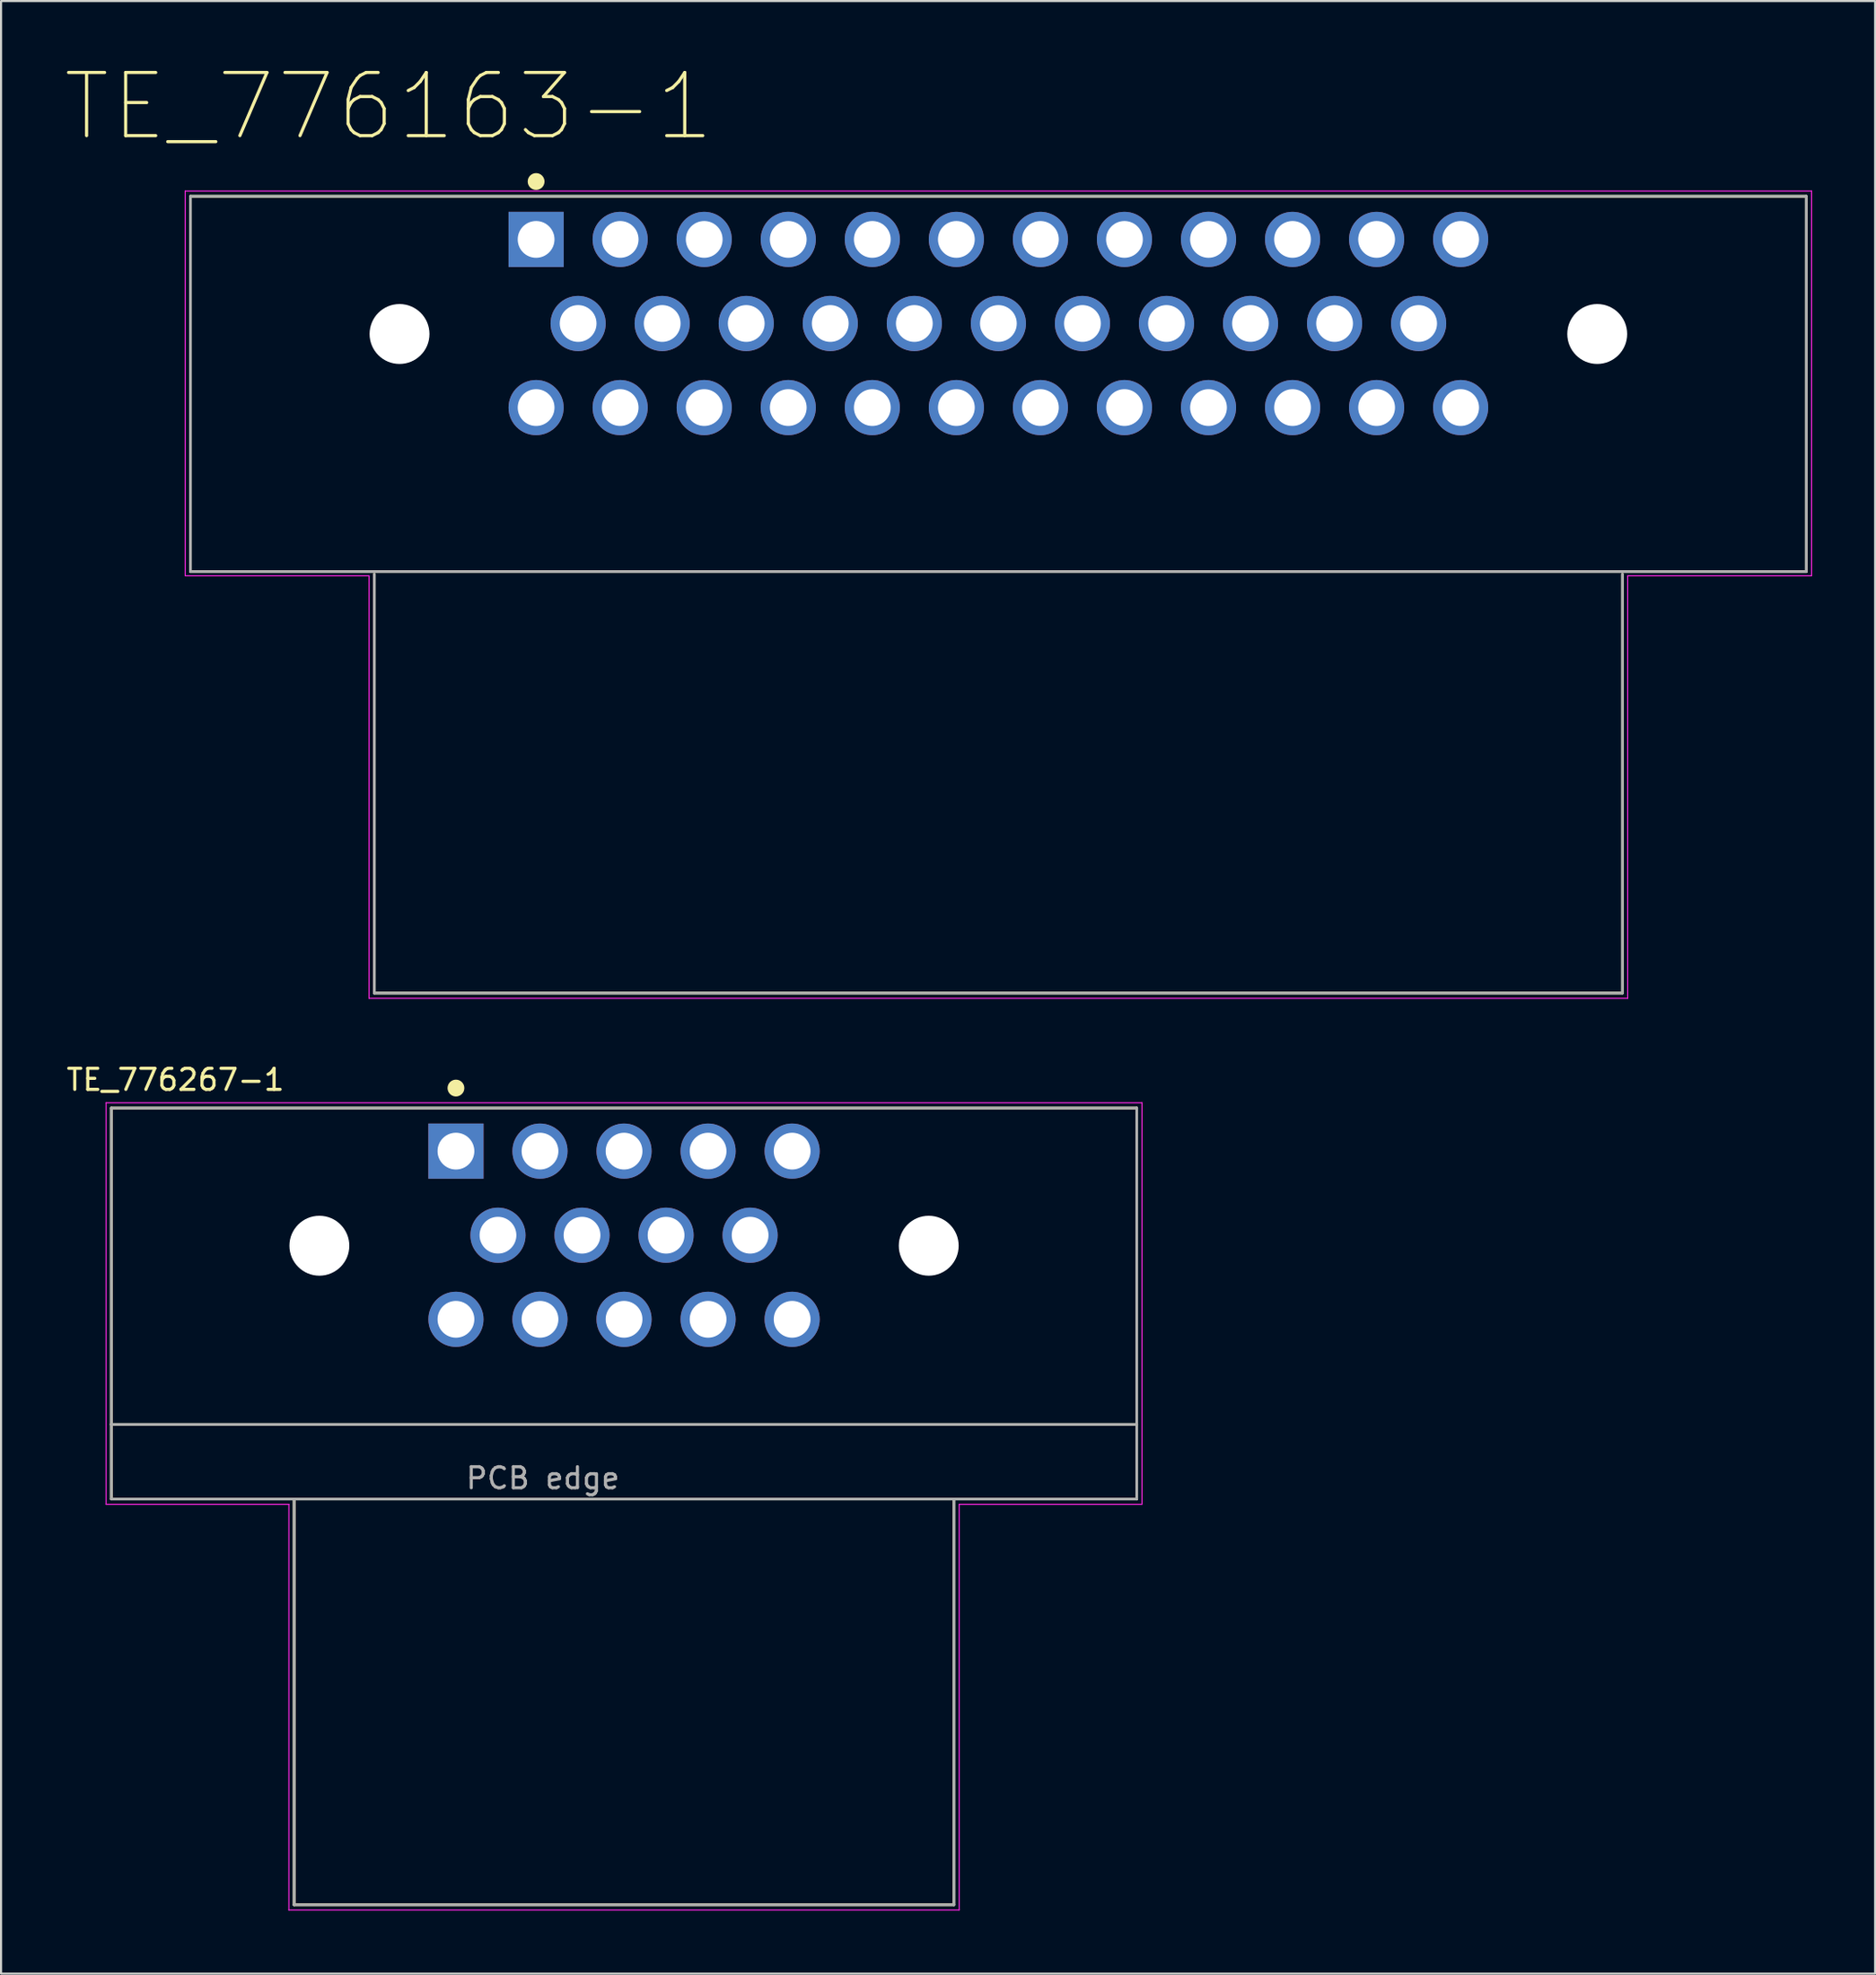
<source format=kicad_pcb>
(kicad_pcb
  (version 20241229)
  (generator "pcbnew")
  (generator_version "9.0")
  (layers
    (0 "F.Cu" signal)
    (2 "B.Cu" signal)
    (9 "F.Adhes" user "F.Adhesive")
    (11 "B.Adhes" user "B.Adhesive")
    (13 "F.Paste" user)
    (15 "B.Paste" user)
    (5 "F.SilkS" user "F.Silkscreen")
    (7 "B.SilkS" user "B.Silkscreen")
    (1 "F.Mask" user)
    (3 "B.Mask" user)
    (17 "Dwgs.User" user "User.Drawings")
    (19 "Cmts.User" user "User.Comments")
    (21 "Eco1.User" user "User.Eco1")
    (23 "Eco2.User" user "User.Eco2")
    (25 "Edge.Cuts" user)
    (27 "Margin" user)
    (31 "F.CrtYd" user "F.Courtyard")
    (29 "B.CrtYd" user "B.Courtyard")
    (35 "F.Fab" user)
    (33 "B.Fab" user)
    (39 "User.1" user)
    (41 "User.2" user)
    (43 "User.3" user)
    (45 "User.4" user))
  (footprint "TE_776163-1"
    (layer "F.Cu")
    (at 44.464 12.838)
    (property "Reference" "TE_776163-1" (at -29.017 -10.818 0) (layer "F.SilkS") (effects (font (size 3.004 3.004) (thickness 0.15))))
    (attr through_hole)
    (fp_line (start -38.45 -6.55) (end 38.45 -6.55) (stroke (width 0.127) (type solid)) (layer "F.SilkS"))
    (fp_line (start -38.45 11.3) (end -38.45 -6.55) (stroke (width 0.127) (type solid)) (layer "F.SilkS"))
    (fp_line (start -29.7 11.43) (end -29.7 31.35) (stroke (width 0.127) (type solid)) (layer "F.SilkS"))
    (fp_line (start -29.7 31.35) (end 29.7 31.35) (stroke (width 0.127) (type solid)) (layer "F.SilkS"))
    (fp_line (start 29.7 31.35) (end 29.7 11.43) (stroke (width 0.127) (type solid)) (layer "F.SilkS"))
    (fp_line (start 38.45 -6.55) (end 38.45 11.3) (stroke (width 0.127) (type solid)) (layer "F.SilkS"))
    (fp_line (start 38.45 11.3) (end -38.45 11.3) (stroke (width 0.127) (type solid)) (layer "F.SilkS"))
    (fp_circle (center -22 -7.254) (end -21.8 -7.254) (stroke (width 0.4) (type solid)) (fill no) (layer "F.SilkS"))
    (fp_line (start -38.7 -6.8) (end -38.7 11.5) (stroke (width 0.05) (type solid)) (layer "F.CrtYd"))
    (fp_line (start -38.7 11.5) (end -29.95 11.5) (stroke (width 0.05) (type solid)) (layer "F.CrtYd"))
    (fp_line (start -29.95 11.5) (end -29.95 31.6) (stroke (width 0.05) (type solid)) (layer "F.CrtYd"))
    (fp_line (start -29.95 31.6) (end 29.95 31.6) (stroke (width 0.05) (type solid)) (layer "F.CrtYd"))
    (fp_line (start 29.95 11.5) (end 38.7 11.5) (stroke (width 0.05) (type solid)) (layer "F.CrtYd"))
    (fp_line (start 29.95 31.6) (end 29.95 11.5) (stroke (width 0.05) (type solid)) (layer "F.CrtYd"))
    (fp_line (start 38.7 -6.8) (end -38.7 -6.8) (stroke (width 0.05) (type solid)) (layer "F.CrtYd"))
    (fp_line (start 38.7 11.5) (end 38.7 -6.8) (stroke (width 0.05) (type solid)) (layer "F.CrtYd"))
    (fp_line (start -38.45 -6.55) (end -38.45 11.3) (stroke (width 0.127) (type solid)) (layer "F.Fab"))
    (fp_line (start -38.45 11.3) (end 38.45 11.3) (stroke (width 0.127) (type solid)) (layer "F.Fab"))
    (fp_line (start -29.7 11.43) (end -29.7 31.35) (stroke (width 0.127) (type solid)) (layer "F.Fab"))
    (fp_line (start -29.7 31.35) (end 29.7 31.35) (stroke (width 0.127) (type solid)) (layer "F.Fab"))
    (fp_line (start 29.7 31.35) (end 29.7 11.43) (stroke (width 0.127) (type solid)) (layer "F.Fab"))
    (fp_line (start 38.45 -6.55) (end -38.45 -6.55) (stroke (width 0.127) (type solid)) (layer "F.Fab"))
    (fp_line (start 38.45 11.3) (end 38.45 -6.55) (stroke (width 0.127) (type solid)) (layer "F.Fab"))
    (pad "" np_thru_hole circle (at -28.5 0) (size 2.85 2.85) (drill 2.85) (layers "*.Cu" "*.Mask"))
    (pad "" np_thru_hole circle (at 28.5 0) (size 2.85 2.85) (drill 2.85) (layers "*.Cu" "*.Mask"))
    (pad "1" thru_hole rect (at -22 -4.5) (size 2.625 2.625) (drill 1.75) (layers "*.Cu" "*.Mask"))
    (pad "2" thru_hole circle (at -18 -4.5) (size 2.625 2.625) (drill 1.75) (layers "*.Cu" "*.Mask"))
    (pad "3" thru_hole circle (at -14 -4.5) (size 2.625 2.625) (drill 1.75) (layers "*.Cu" "*.Mask"))
    (pad "4" thru_hole circle (at -10 -4.5) (size 2.625 2.625) (drill 1.75) (layers "*.Cu" "*.Mask"))
    (pad "5" thru_hole circle (at -6 -4.5) (size 2.625 2.625) (drill 1.75) (layers "*.Cu" "*.Mask"))
    (pad "6" thru_hole circle (at -2 -4.5) (size 2.625 2.625) (drill 1.75) (layers "*.Cu" "*.Mask"))
    (pad "7" thru_hole circle (at 2 -4.5) (size 2.625 2.625) (drill 1.75) (layers "*.Cu" "*.Mask"))
    (pad "8" thru_hole circle (at 6 -4.5) (size 2.625 2.625) (drill 1.75) (layers "*.Cu" "*.Mask"))
    (pad "9" thru_hole circle (at 10 -4.5) (size 2.625 2.625) (drill 1.75) (layers "*.Cu" "*.Mask"))
    (pad "10" thru_hole circle (at 14 -4.5) (size 2.625 2.625) (drill 1.75) (layers "*.Cu" "*.Mask"))
    (pad "11" thru_hole circle (at 18 -4.5) (size 2.625 2.625) (drill 1.75) (layers "*.Cu" "*.Mask"))
    (pad "12" thru_hole circle (at 22 -4.5) (size 2.625 2.625) (drill 1.75) (layers "*.Cu" "*.Mask"))
    (pad "13" thru_hole circle (at -20 -0.5) (size 2.625 2.625) (drill 1.75) (layers "*.Cu" "*.Mask"))
    (pad "14" thru_hole circle (at -16 -0.5) (size 2.625 2.625) (drill 1.75) (layers "*.Cu" "*.Mask"))
    (pad "15" thru_hole circle (at -12 -0.5) (size 2.625 2.625) (drill 1.75) (layers "*.Cu" "*.Mask"))
    (pad "16" thru_hole circle (at -8 -0.5) (size 2.625 2.625) (drill 1.75) (layers "*.Cu" "*.Mask"))
    (pad "17" thru_hole circle (at -4 -0.5) (size 2.625 2.625) (drill 1.75) (layers "*.Cu" "*.Mask"))
    (pad "18" thru_hole circle (at 0 -0.5) (size 2.625 2.625) (drill 1.75) (layers "*.Cu" "*.Mask"))
    (pad "19" thru_hole circle (at 4 -0.5) (size 2.625 2.625) (drill 1.75) (layers "*.Cu" "*.Mask"))
    (pad "20" thru_hole circle (at 8 -0.5) (size 2.625 2.625) (drill 1.75) (layers "*.Cu" "*.Mask"))
    (pad "21" thru_hole circle (at 12 -0.5) (size 2.625 2.625) (drill 1.75) (layers "*.Cu" "*.Mask"))
    (pad "22" thru_hole circle (at 16 -0.5) (size 2.625 2.625) (drill 1.75) (layers "*.Cu" "*.Mask"))
    (pad "23" thru_hole circle (at 20 -0.5) (size 2.625 2.625) (drill 1.75) (layers "*.Cu" "*.Mask"))
    (pad "24" thru_hole circle (at -22 3.5) (size 2.625 2.625) (drill 1.75) (layers "*.Cu" "*.Mask"))
    (pad "25" thru_hole circle (at -18 3.5) (size 2.625 2.625) (drill 1.75) (layers "*.Cu" "*.Mask"))
    (pad "26" thru_hole circle (at -14 3.5) (size 2.625 2.625) (drill 1.75) (layers "*.Cu" "*.Mask"))
    (pad "27" thru_hole circle (at -10 3.5) (size 2.625 2.625) (drill 1.75) (layers "*.Cu" "*.Mask"))
    (pad "28" thru_hole circle (at -6 3.5) (size 2.625 2.625) (drill 1.75) (layers "*.Cu" "*.Mask"))
    (pad "29" thru_hole circle (at -2 3.5) (size 2.625 2.625) (drill 1.75) (layers "*.Cu" "*.Mask"))
    (pad "30" thru_hole circle (at 2 3.5) (size 2.625 2.625) (drill 1.75) (layers "*.Cu" "*.Mask"))
    (pad "31" thru_hole circle (at 6 3.5) (size 2.625 2.625) (drill 1.75) (layers "*.Cu" "*.Mask"))
    (pad "32" thru_hole circle (at 10 3.5) (size 2.625 2.625) (drill 1.75) (layers "*.Cu" "*.Mask"))
    (pad "33" thru_hole circle (at 14 3.5) (size 2.625 2.625) (drill 1.75) (layers "*.Cu" "*.Mask"))
    (pad "34" thru_hole circle (at 18 3.5) (size 2.625 2.625) (drill 1.75) (layers "*.Cu" "*.Mask"))
    (pad "35" thru_hole circle (at 22 3.5) (size 2.625 2.625) (drill 1.75) (layers "*.Cu" "*.Mask")))
  (footprint "TE_776267-1"
    (layer "F.Cu")
    (at 26.649 55.707)
    (property "Reference" "TE_776267-1" (at -21.351 -7.394 0) (layer "F.SilkS") (effects (font (size 1.001 1.001) (thickness 0.15))))
    (attr through_hole)
    (fp_line (start -24.4 -6.05) (end -24.4 9) (stroke (width 0.127) (type solid)) (layer "F.SilkS"))
    (fp_line (start -24.4 -6.05) (end 24.4 -6.05) (stroke (width 0.127) (type solid)) (layer "F.SilkS"))
    (fp_line (start -24.4 9) (end 24.4 9) (stroke (width 0.127) (type solid)) (layer "F.SilkS"))
    (fp_line (start -24.4 12.55) (end -24.4 9) (stroke (width 0.127) (type solid)) (layer "F.SilkS"))
    (fp_line (start -24.4 12.55) (end -15.7 12.55) (stroke (width 0.127) (type solid)) (layer "F.SilkS"))
    (fp_line (start -15.7 12.55) (end -15.7 31.85) (stroke (width 0.127) (type solid)) (layer "F.SilkS"))
    (fp_line (start -15.7 12.55) (end 15.7 12.55) (stroke (width 0.127) (type solid)) (layer "F.SilkS"))
    (fp_line (start -15.7 31.85) (end 15.7 31.85) (stroke (width 0.127) (type solid)) (layer "F.SilkS"))
    (fp_line (start 15.7 12.55) (end 24.4 12.55) (stroke (width 0.127) (type solid)) (layer "F.SilkS"))
    (fp_line (start 15.7 31.85) (end 15.7 12.55) (stroke (width 0.127) (type solid)) (layer "F.SilkS"))
    (fp_line (start 24.4 9) (end 24.4 -6.05) (stroke (width 0.127) (type solid)) (layer "F.SilkS"))
    (fp_line (start 24.4 9) (end 24.4 12.55) (stroke (width 0.127) (type solid)) (layer "F.SilkS"))
    (fp_circle (center -8 -7) (end -7.8 -7) (stroke (width 0.4) (type solid)) (fill no) (layer "F.SilkS"))
    (fp_line (start -24.65 -6.3) (end 24.65 -6.3) (stroke (width 0.05) (type solid)) (layer "F.CrtYd"))
    (fp_line (start -24.65 12.8) (end -24.65 -6.3) (stroke (width 0.05) (type solid)) (layer "F.CrtYd"))
    (fp_line (start -15.95 12.8) (end -24.65 12.8) (stroke (width 0.05) (type solid)) (layer "F.CrtYd"))
    (fp_line (start -15.95 32.1) (end -15.95 12.8) (stroke (width 0.05) (type solid)) (layer "F.CrtYd"))
    (fp_line (start 15.95 12.8) (end 15.95 32.1) (stroke (width 0.05) (type solid)) (layer "F.CrtYd"))
    (fp_line (start 15.95 32.1) (end -15.95 32.1) (stroke (width 0.05) (type solid)) (layer "F.CrtYd"))
    (fp_line (start 24.65 -6.3) (end 24.65 12.8) (stroke (width 0.05) (type solid)) (layer "F.CrtYd"))
    (fp_line (start 24.65 12.8) (end 15.95 12.8) (stroke (width 0.05) (type solid)) (layer "F.CrtYd"))
    (fp_line (start -24.4 -6.05) (end -24.4 9) (stroke (width 0.127) (type solid)) (layer "F.Fab"))
    (fp_line (start -24.4 9) (end 24.4 9) (stroke (width 0.127) (type solid)) (layer "F.Fab"))
    (fp_line (start -24.4 12.55) (end -24.4 9) (stroke (width 0.127) (type solid)) (layer "F.Fab"))
    (fp_line (start -24.4 12.55) (end -15.7 12.55) (stroke (width 0.127) (type solid)) (layer "F.Fab"))
    (fp_line (start -15.7 12.55) (end -15.7 31.85) (stroke (width 0.127) (type solid)) (layer "F.Fab"))
    (fp_line (start -15.7 12.55) (end 15.7 12.55) (stroke (width 0.127) (type solid)) (layer "F.Fab"))
    (fp_line (start -15.7 31.85) (end 15.7 31.85) (stroke (width 0.127) (type solid)) (layer "F.Fab"))
    (fp_line (start 15.7 12.55) (end 24.4 12.55) (stroke (width 0.127) (type solid)) (layer "F.Fab"))
    (fp_line (start 15.7 31.85) (end 15.7 12.55) (stroke (width 0.127) (type solid)) (layer "F.Fab"))
    (fp_line (start 24.4 -6.05) (end -24.4 -6.05) (stroke (width 0.127) (type solid)) (layer "F.Fab"))
    (fp_line (start 24.4 9) (end 24.4 -6.05) (stroke (width 0.127) (type solid)) (layer "F.Fab"))
    (fp_line (start 24.4 9) (end 24.4 12.55) (stroke (width 0.127) (type solid)) (layer "F.Fab"))
    (fp_circle (center -8 -4) (end -7.8 -4) (stroke (width 0.4) (type solid)) (fill no) (layer "F.Fab"))
    (fp_text user "PCB edge" (at -3.863 11.557 0) (layer "F.Fab") (effects (font (size 1.001 1.001) (thickness 0.15))))
    (pad "" np_thru_hole circle (at -14.5 0.5) (size 2.85 2.85) (drill 2.85) (layers "*.Cu" "*.Mask"))
    (pad "" np_thru_hole circle (at 14.5 0.5) (size 2.85 2.85) (drill 2.85) (layers "*.Cu" "*.Mask"))
    (pad "1" thru_hole rect (at -8 -4) (size 2.625 2.625) (drill 1.75) (layers "*.Cu" "*.Mask"))
    (pad "2" thru_hole circle (at -4 -4) (size 2.625 2.625) (drill 1.75) (layers "*.Cu" "*.Mask"))
    (pad "3" thru_hole circle (at 0 -4) (size 2.625 2.625) (drill 1.75) (layers "*.Cu" "*.Mask"))
    (pad "4" thru_hole circle (at 4 -4) (size 2.625 2.625) (drill 1.75) (layers "*.Cu" "*.Mask"))
    (pad "5" thru_hole circle (at 8 -4) (size 2.625 2.625) (drill 1.75) (layers "*.Cu" "*.Mask"))
    (pad "6" thru_hole circle (at -6 0) (size 2.625 2.625) (drill 1.75) (layers "*.Cu" "*.Mask"))
    (pad "7" thru_hole circle (at -2 0) (size 2.625 2.625) (drill 1.75) (layers "*.Cu" "*.Mask"))
    (pad "8" thru_hole circle (at 2 0) (size 2.625 2.625) (drill 1.75) (layers "*.Cu" "*.Mask"))
    (pad "9" thru_hole circle (at 6 0) (size 2.625 2.625) (drill 1.75) (layers "*.Cu" "*.Mask"))
    (pad "10" thru_hole circle (at -8 4) (size 2.625 2.625) (drill 1.75) (layers "*.Cu" "*.Mask"))
    (pad "11" thru_hole circle (at -4 4) (size 2.625 2.625) (drill 1.75) (layers "*.Cu" "*.Mask"))
    (pad "12" thru_hole circle (at 0 4) (size 2.625 2.625) (drill 1.75) (layers "*.Cu" "*.Mask"))
    (pad "13" thru_hole circle (at 4 4) (size 2.625 2.625) (drill 1.75) (layers "*.Cu" "*.Mask"))
    (pad "14" thru_hole circle (at 8 4) (size 2.625 2.625) (drill 1.75) (layers "*.Cu" "*.Mask")))
  (gr_rect
    (start -3 -3)
    (end 86.189 90.832)
    (stroke (width 0.1) (type default))
    (fill no)
    (layer "Edge.Cuts")))
</source>
